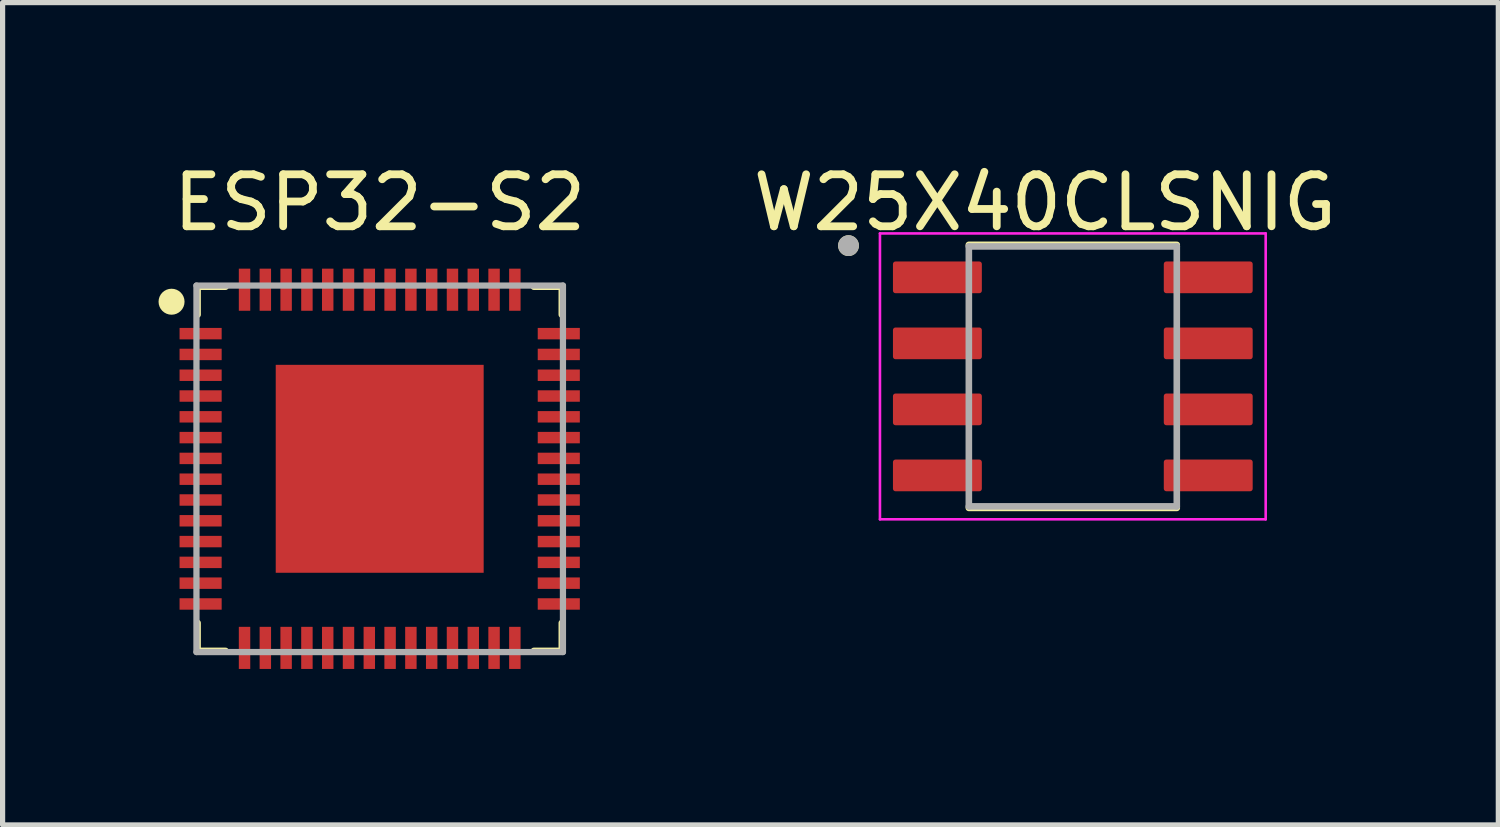
<source format=kicad_pcb>
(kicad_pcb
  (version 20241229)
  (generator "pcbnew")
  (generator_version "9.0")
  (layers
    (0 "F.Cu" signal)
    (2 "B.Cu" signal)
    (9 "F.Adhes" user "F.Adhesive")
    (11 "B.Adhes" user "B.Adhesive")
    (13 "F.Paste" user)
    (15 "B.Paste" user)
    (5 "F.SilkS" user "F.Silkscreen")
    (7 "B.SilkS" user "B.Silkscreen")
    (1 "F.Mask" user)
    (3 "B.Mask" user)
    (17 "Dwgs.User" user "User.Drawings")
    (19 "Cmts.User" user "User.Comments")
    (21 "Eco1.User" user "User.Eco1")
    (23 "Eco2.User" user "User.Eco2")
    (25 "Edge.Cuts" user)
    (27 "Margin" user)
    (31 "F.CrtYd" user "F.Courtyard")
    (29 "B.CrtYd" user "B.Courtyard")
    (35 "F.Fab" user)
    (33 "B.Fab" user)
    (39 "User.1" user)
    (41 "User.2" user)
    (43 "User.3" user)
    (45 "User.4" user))
  (footprint "ESP32-S2"
    (layer "F.Cu")
    (at 4.254 5.968)
    (property "Reference" "ESP32-S2" (at 0 -5.12 0) (layer "F.SilkS") (effects (font (size 1 1) (thickness 0.15))))
    (attr through_hole)
    (fp_line (start -3.5 -3.5) (end -2.964 -3.5) (stroke (width 0.12) (type solid)) (layer "F.SilkS"))
    (fp_line (start -3.5 -2.964) (end -3.5 -3.5) (stroke (width 0.12) (type solid)) (layer "F.SilkS"))
    (fp_line (start -3.5 2.964) (end -3.5 3.5) (stroke (width 0.12) (type solid)) (layer "F.SilkS"))
    (fp_line (start -3.5 3.5) (end -2.964 3.5) (stroke (width 0.12) (type solid)) (layer "F.SilkS"))
    (fp_line (start 3.5 -3.5) (end 2.964 -3.5) (stroke (width 0.12) (type solid)) (layer "F.SilkS"))
    (fp_line (start 3.5 -2.964) (end 3.5 -3.5) (stroke (width 0.12) (type solid)) (layer "F.SilkS"))
    (fp_line (start 3.5 2.964) (end 3.5 3.5) (stroke (width 0.12) (type solid)) (layer "F.SilkS"))
    (fp_line (start 3.5 3.5) (end 2.964 3.5) (stroke (width 0.12) (type solid)) (layer "F.SilkS"))
    (fp_circle (center -4.004 -3.214) (end -3.754 -3.214) (stroke (width 0) (type solid)) (fill yes) (layer "F.SilkS"))
    (fp_line (start -3.525 -3.525) (end 3.525 -3.525) (stroke (width 0.12) (type solid)) (layer "F.Fab"))
    (fp_line (start -3.525 3.525) (end -3.525 -3.525) (stroke (width 0.12) (type solid)) (layer "F.Fab"))
    (fp_line (start 3.525 -3.525) (end 3.525 3.525) (stroke (width 0.12) (type solid)) (layer "F.Fab"))
    (fp_line (start 3.525 3.525) (end -3.525 3.525) (stroke (width 0.12) (type solid)) (layer "F.Fab"))
    (pad "1" smd rect (at -3.445 -2.6) (size 0.81 0.22) (layers "F.Cu" "F.Mask" "F.Paste"))
    (pad "2" smd rect (at -3.445 -2.2) (size 0.81 0.22) (layers "F.Cu" "F.Mask" "F.Paste"))
    (pad "3" smd rect (at -3.445 -1.8) (size 0.81 0.22) (layers "F.Cu" "F.Mask" "F.Paste"))
    (pad "4" smd rect (at -3.445 -1.4) (size 0.81 0.22) (layers "F.Cu" "F.Mask" "F.Paste"))
    (pad "5" smd rect (at -3.445 -1) (size 0.81 0.22) (layers "F.Cu" "F.Mask" "F.Paste"))
    (pad "6" smd rect (at -3.445 -0.6) (size 0.81 0.22) (layers "F.Cu" "F.Mask" "F.Paste"))
    (pad "7" smd rect (at -3.445 -0.2) (size 0.81 0.22) (layers "F.Cu" "F.Mask" "F.Paste"))
    (pad "8" smd rect (at -3.445 0.2) (size 0.81 0.22) (layers "F.Cu" "F.Mask" "F.Paste"))
    (pad "9" smd rect (at -3.445 0.6) (size 0.81 0.22) (layers "F.Cu" "F.Mask" "F.Paste"))
    (pad "10" smd rect (at -3.445 1) (size 0.81 0.22) (layers "F.Cu" "F.Mask" "F.Paste"))
    (pad "11" smd rect (at -3.445 1.4) (size 0.81 0.22) (layers "F.Cu" "F.Mask" "F.Paste"))
    (pad "12" smd rect (at -3.445 1.8) (size 0.81 0.22) (layers "F.Cu" "F.Mask" "F.Paste"))
    (pad "13" smd rect (at -3.445 2.2) (size 0.81 0.22) (layers "F.Cu" "F.Mask" "F.Paste"))
    (pad "14" smd rect (at -3.445 2.6) (size 0.81 0.22) (layers "F.Cu" "F.Mask" "F.Paste"))
    (pad "15" smd rect (at -2.6 3.445) (size 0.22 0.81) (layers "F.Cu" "F.Mask" "F.Paste"))
    (pad "16" smd rect (at -2.2 3.445) (size 0.22 0.81) (layers "F.Cu" "F.Mask" "F.Paste"))
    (pad "17" smd rect (at -1.8 3.445) (size 0.22 0.81) (layers "F.Cu" "F.Mask" "F.Paste"))
    (pad "18" smd rect (at -1.4 3.445) (size 0.22 0.81) (layers "F.Cu" "F.Mask" "F.Paste"))
    (pad "19" smd rect (at -1 3.445) (size 0.22 0.81) (layers "F.Cu" "F.Mask" "F.Paste"))
    (pad "20" smd rect (at -0.6 3.445) (size 0.22 0.81) (layers "F.Cu" "F.Mask" "F.Paste"))
    (pad "21" smd rect (at -0.2 3.445) (size 0.22 0.81) (layers "F.Cu" "F.Mask" "F.Paste"))
    (pad "22" smd rect (at 0.2 3.445) (size 0.22 0.81) (layers "F.Cu" "F.Mask" "F.Paste"))
    (pad "23" smd rect (at 0.6 3.445) (size 0.22 0.81) (layers "F.Cu" "F.Mask" "F.Paste"))
    (pad "24" smd rect (at 1 3.445) (size 0.22 0.81) (layers "F.Cu" "F.Mask" "F.Paste"))
    (pad "25" smd rect (at 1.4 3.445) (size 0.22 0.81) (layers "F.Cu" "F.Mask" "F.Paste"))
    (pad "26" smd rect (at 1.8 3.445) (size 0.22 0.81) (layers "F.Cu" "F.Mask" "F.Paste"))
    (pad "27" smd rect (at 2.2 3.445) (size 0.22 0.81) (layers "F.Cu" "F.Mask" "F.Paste"))
    (pad "28" smd rect (at 2.6 3.445) (size 0.22 0.81) (layers "F.Cu" "F.Mask" "F.Paste"))
    (pad "29" smd rect (at 3.445 2.6) (size 0.81 0.22) (layers "F.Cu" "F.Mask" "F.Paste"))
    (pad "30" smd rect (at 3.445 2.2) (size 0.81 0.22) (layers "F.Cu" "F.Mask" "F.Paste"))
    (pad "31" smd rect (at 3.445 1.8) (size 0.81 0.22) (layers "F.Cu" "F.Mask" "F.Paste"))
    (pad "32" smd rect (at 3.445 1.4) (size 0.81 0.22) (layers "F.Cu" "F.Mask" "F.Paste"))
    (pad "33" smd rect (at 3.445 1) (size 0.81 0.22) (layers "F.Cu" "F.Mask" "F.Paste"))
    (pad "34" smd rect (at 3.445 0.6) (size 0.81 0.22) (layers "F.Cu" "F.Mask" "F.Paste"))
    (pad "35" smd rect (at 3.445 0.2) (size 0.81 0.22) (layers "F.Cu" "F.Mask" "F.Paste"))
    (pad "36" smd rect (at 3.445 -0.2) (size 0.81 0.22) (layers "F.Cu" "F.Mask" "F.Paste"))
    (pad "37" smd rect (at 3.445 -0.6) (size 0.81 0.22) (layers "F.Cu" "F.Mask" "F.Paste"))
    (pad "38" smd rect (at 3.445 -1) (size 0.81 0.22) (layers "F.Cu" "F.Mask" "F.Paste"))
    (pad "39" smd rect (at 3.445 -1.4) (size 0.81 0.22) (layers "F.Cu" "F.Mask" "F.Paste"))
    (pad "40" smd rect (at 3.445 -1.8) (size 0.81 0.22) (layers "F.Cu" "F.Mask" "F.Paste"))
    (pad "41" smd rect (at 3.445 -2.2) (size 0.81 0.22) (layers "F.Cu" "F.Mask" "F.Paste"))
    (pad "42" smd rect (at 3.445 -2.6) (size 0.81 0.22) (layers "F.Cu" "F.Mask" "F.Paste"))
    (pad "43" smd rect (at 2.6 -3.445) (size 0.22 0.81) (layers "F.Cu" "F.Mask" "F.Paste"))
    (pad "44" smd rect (at 2.2 -3.445) (size 0.22 0.81) (layers "F.Cu" "F.Mask" "F.Paste"))
    (pad "45" smd rect (at 1.8 -3.445) (size 0.22 0.81) (layers "F.Cu" "F.Mask" "F.Paste"))
    (pad "46" smd rect (at 1.4 -3.445) (size 0.22 0.81) (layers "F.Cu" "F.Mask" "F.Paste"))
    (pad "47" smd rect (at 1 -3.445) (size 0.22 0.81) (layers "F.Cu" "F.Mask" "F.Paste"))
    (pad "48" smd rect (at 0.6 -3.445) (size 0.22 0.81) (layers "F.Cu" "F.Mask" "F.Paste"))
    (pad "49" smd rect (at 0.2 -3.445) (size 0.22 0.81) (layers "F.Cu" "F.Mask" "F.Paste"))
    (pad "50" smd rect (at -0.2 -3.445) (size 0.22 0.81) (layers "F.Cu" "F.Mask" "F.Paste"))
    (pad "51" smd rect (at -0.6 -3.445) (size 0.22 0.81) (layers "F.Cu" "F.Mask" "F.Paste"))
    (pad "52" smd rect (at -1 -3.445) (size 0.22 0.81) (layers "F.Cu" "F.Mask" "F.Paste"))
    (pad "53" smd rect (at -1.4 -3.445) (size 0.22 0.81) (layers "F.Cu" "F.Mask" "F.Paste"))
    (pad "54" smd rect (at -1.8 -3.445) (size 0.22 0.81) (layers "F.Cu" "F.Mask" "F.Paste"))
    (pad "55" smd rect (at -2.2 -3.445) (size 0.22 0.81) (layers "F.Cu" "F.Mask" "F.Paste"))
    (pad "56" smd rect (at -2.6 -3.445) (size 0.22 0.81) (layers "F.Cu" "F.Mask" "F.Paste"))
    (pad "57" smd rect (at 0 0) (size 4 4) (layers "F.Cu" "F.Mask" "F.Paste")))
  (footprint "W25X40CLSNIG"
    (layer "F.Cu")
    (at 17.587 4.19)
    (property "Reference" "W25X40CLSNIG" (at -0.535 -3.342 0) (layer "F.SilkS") (effects (font (size 1 1) (thickness 0.15))))
    (attr through_hole)
    (fp_line (start -2 -2.53) (end 2 -2.53) (stroke (width 0.127) (type solid)) (layer "F.SilkS"))
    (fp_line (start -2 2.53) (end 2 2.53) (stroke (width 0.127) (type solid)) (layer "F.SilkS"))
    (fp_circle (center -4.315 -2.515) (end -4.215 -2.515) (stroke (width 0.2) (type solid)) (fill no) (layer "F.SilkS"))
    (fp_line (start -3.71 -2.75) (end -3.71 2.75) (stroke (width 0.05) (type solid)) (layer "F.CrtYd"))
    (fp_line (start -3.71 -2.75) (end 3.71 -2.75) (stroke (width 0.05) (type solid)) (layer "F.CrtYd"))
    (fp_line (start -3.71 2.75) (end 3.71 2.75) (stroke (width 0.05) (type solid)) (layer "F.CrtYd"))
    (fp_line (start 3.71 -2.75) (end 3.71 2.75) (stroke (width 0.05) (type solid)) (layer "F.CrtYd"))
    (fp_line (start -2 -2.5) (end -2 2.5) (stroke (width 0.127) (type solid)) (layer "F.Fab"))
    (fp_line (start -2 -2.5) (end 2 -2.5) (stroke (width 0.127) (type solid)) (layer "F.Fab"))
    (fp_line (start -2 2.5) (end 2 2.5) (stroke (width 0.127) (type solid)) (layer "F.Fab"))
    (fp_line (start 2 -2.5) (end 2 2.5) (stroke (width 0.127) (type solid)) (layer "F.Fab"))
    (fp_circle (center -4.315 -2.515) (end -4.215 -2.515) (stroke (width 0.2) (type solid)) (fill no) (layer "F.Fab"))
    (pad "1" smd roundrect (at -2.605 -1.905) (size 1.71 0.61) (layers "F.Cu" "F.Mask" "F.Paste") (roundrect_rratio 0.08))
    (pad "2" smd roundrect (at -2.605 -0.635) (size 1.71 0.61) (layers "F.Cu" "F.Mask" "F.Paste") (roundrect_rratio 0.08))
    (pad "3" smd roundrect (at -2.605 0.635) (size 1.71 0.61) (layers "F.Cu" "F.Mask" "F.Paste") (roundrect_rratio 0.08))
    (pad "4" smd roundrect (at -2.605 1.905) (size 1.71 0.61) (layers "F.Cu" "F.Mask" "F.Paste") (roundrect_rratio 0.08))
    (pad "5" smd roundrect (at 2.605 1.905) (size 1.71 0.61) (layers "F.Cu" "F.Mask" "F.Paste") (roundrect_rratio 0.08))
    (pad "6" smd roundrect (at 2.605 0.635) (size 1.71 0.61) (layers "F.Cu" "F.Mask" "F.Paste") (roundrect_rratio 0.08))
    (pad "7" smd roundrect (at 2.605 -0.635) (size 1.71 0.61) (layers "F.Cu" "F.Mask" "F.Paste") (roundrect_rratio 0.08))
    (pad "8" smd roundrect (at 2.605 -1.905) (size 1.71 0.61) (layers "F.Cu" "F.Mask" "F.Paste") (roundrect_rratio 0.08)))
  (gr_rect
    (start -3 -3)
    (end 25.772 12.818)
    (stroke (width 0.1) (type default))
    (fill no)
    (layer "Edge.Cuts")))
</source>
